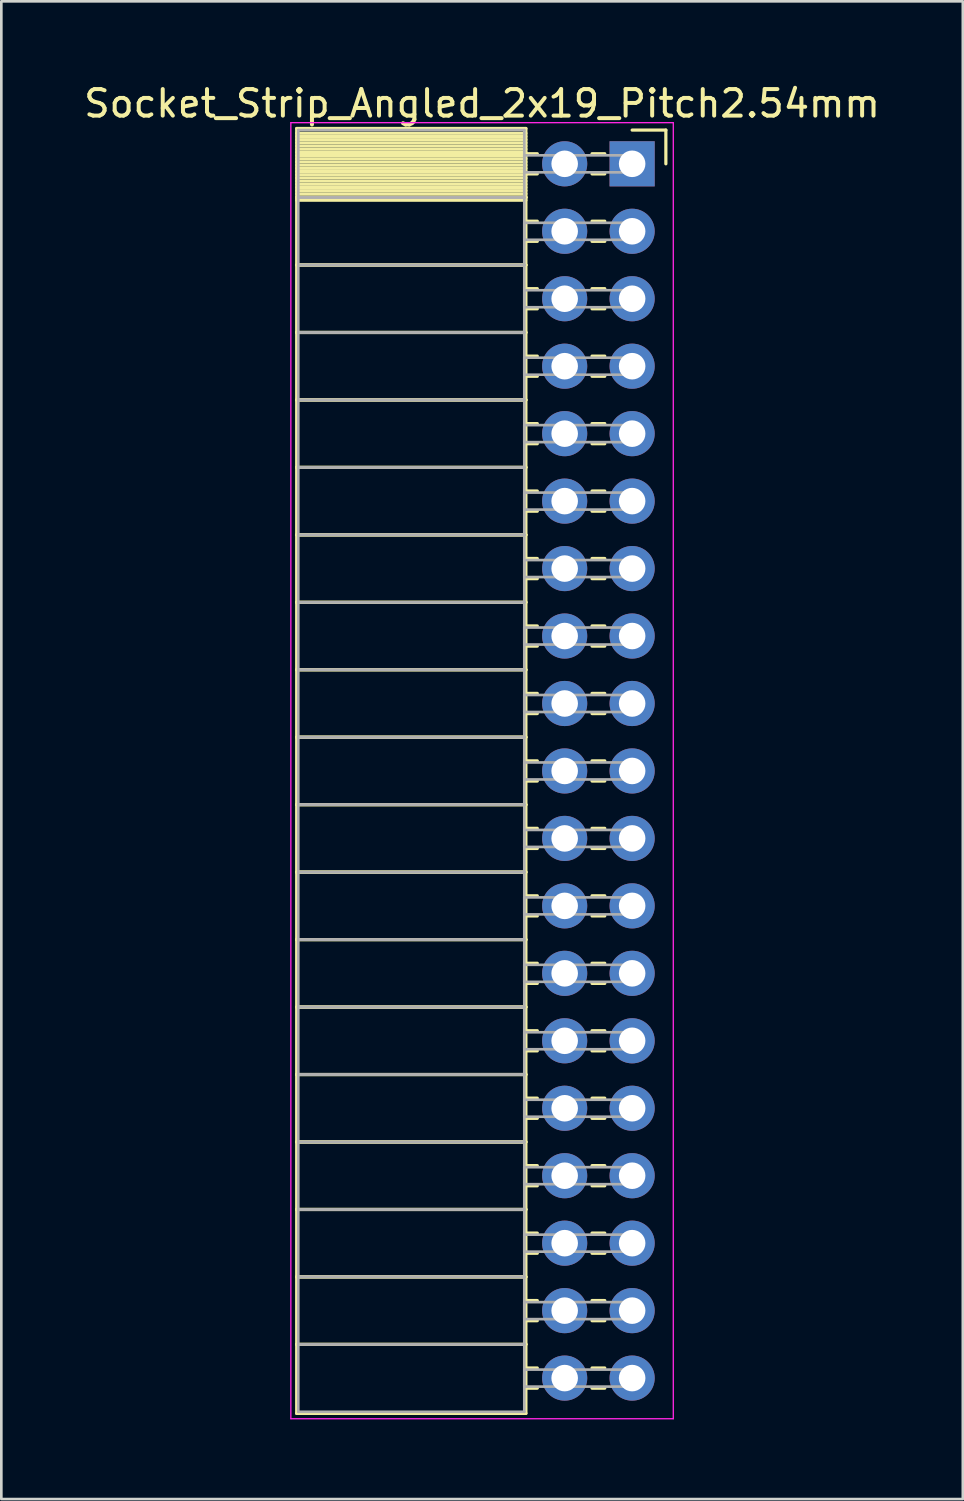
<source format=kicad_pcb>
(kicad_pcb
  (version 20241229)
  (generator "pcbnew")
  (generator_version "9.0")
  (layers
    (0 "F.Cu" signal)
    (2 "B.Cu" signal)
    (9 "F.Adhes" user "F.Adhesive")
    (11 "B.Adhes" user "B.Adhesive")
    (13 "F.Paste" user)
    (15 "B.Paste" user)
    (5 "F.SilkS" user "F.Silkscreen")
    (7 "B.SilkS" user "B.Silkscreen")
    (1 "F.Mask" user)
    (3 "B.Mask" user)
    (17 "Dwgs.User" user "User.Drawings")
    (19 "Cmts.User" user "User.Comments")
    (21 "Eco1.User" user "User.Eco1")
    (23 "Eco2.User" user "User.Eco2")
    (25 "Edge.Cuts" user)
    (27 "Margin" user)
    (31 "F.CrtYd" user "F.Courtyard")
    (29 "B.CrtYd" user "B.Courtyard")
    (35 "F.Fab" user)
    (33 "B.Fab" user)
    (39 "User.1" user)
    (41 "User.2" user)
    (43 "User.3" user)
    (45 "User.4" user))
  (footprint "Socket_Strip_Angled_2x19_Pitch2.54mm"
    (layer "F.Cu")
    (at 20.751 3.118)
    (property "Reference" "Socket_Strip_Angled_2x19_Pitch2.54mm" (at -5.65 -2.27 0) (layer "F.SilkS") (effects (font (size 1 1) (thickness 0.15))))
    (attr through_hole)
    (fp_line (start -12.63 -1.33) (end -4 -1.33) (stroke (width 0.12) (type solid)) (layer "F.SilkS"))
    (fp_line (start -12.63 1.27) (end -12.63 -1.33) (stroke (width 0.12) (type solid)) (layer "F.SilkS"))
    (fp_line (start -12.63 1.27) (end -4 1.27) (stroke (width 0.12) (type solid)) (layer "F.SilkS"))
    (fp_line (start -12.63 3.81) (end -12.63 1.27) (stroke (width 0.12) (type solid)) (layer "F.SilkS"))
    (fp_line (start -12.63 3.81) (end -4 3.81) (stroke (width 0.12) (type solid)) (layer "F.SilkS"))
    (fp_line (start -12.63 6.35) (end -12.63 3.81) (stroke (width 0.12) (type solid)) (layer "F.SilkS"))
    (fp_line (start -12.63 6.35) (end -4 6.35) (stroke (width 0.12) (type solid)) (layer "F.SilkS"))
    (fp_line (start -12.63 8.89) (end -12.63 6.35) (stroke (width 0.12) (type solid)) (layer "F.SilkS"))
    (fp_line (start -12.63 8.89) (end -4 8.89) (stroke (width 0.12) (type solid)) (layer "F.SilkS"))
    (fp_line (start -12.63 11.43) (end -12.63 8.89) (stroke (width 0.12) (type solid)) (layer "F.SilkS"))
    (fp_line (start -12.63 11.43) (end -4 11.43) (stroke (width 0.12) (type solid)) (layer "F.SilkS"))
    (fp_line (start -12.63 13.97) (end -12.63 11.43) (stroke (width 0.12) (type solid)) (layer "F.SilkS"))
    (fp_line (start -12.63 13.97) (end -4 13.97) (stroke (width 0.12) (type solid)) (layer "F.SilkS"))
    (fp_line (start -12.63 16.51) (end -12.63 13.97) (stroke (width 0.12) (type solid)) (layer "F.SilkS"))
    (fp_line (start -12.63 16.51) (end -4 16.51) (stroke (width 0.12) (type solid)) (layer "F.SilkS"))
    (fp_line (start -12.63 19.05) (end -12.63 16.51) (stroke (width 0.12) (type solid)) (layer "F.SilkS"))
    (fp_line (start -12.63 19.05) (end -4 19.05) (stroke (width 0.12) (type solid)) (layer "F.SilkS"))
    (fp_line (start -12.63 21.59) (end -12.63 19.05) (stroke (width 0.12) (type solid)) (layer "F.SilkS"))
    (fp_line (start -12.63 21.59) (end -4 21.59) (stroke (width 0.12) (type solid)) (layer "F.SilkS"))
    (fp_line (start -12.63 24.13) (end -12.63 21.59) (stroke (width 0.12) (type solid)) (layer "F.SilkS"))
    (fp_line (start -12.63 24.13) (end -4 24.13) (stroke (width 0.12) (type solid)) (layer "F.SilkS"))
    (fp_line (start -12.63 26.67) (end -12.63 24.13) (stroke (width 0.12) (type solid)) (layer "F.SilkS"))
    (fp_line (start -12.63 26.67) (end -4 26.67) (stroke (width 0.12) (type solid)) (layer "F.SilkS"))
    (fp_line (start -12.63 29.21) (end -12.63 26.67) (stroke (width 0.12) (type solid)) (layer "F.SilkS"))
    (fp_line (start -12.63 29.21) (end -4 29.21) (stroke (width 0.12) (type solid)) (layer "F.SilkS"))
    (fp_line (start -12.63 31.75) (end -12.63 29.21) (stroke (width 0.12) (type solid)) (layer "F.SilkS"))
    (fp_line (start -12.63 31.75) (end -4 31.75) (stroke (width 0.12) (type solid)) (layer "F.SilkS"))
    (fp_line (start -12.63 34.29) (end -12.63 31.75) (stroke (width 0.12) (type solid)) (layer "F.SilkS"))
    (fp_line (start -12.63 34.29) (end -4 34.29) (stroke (width 0.12) (type solid)) (layer "F.SilkS"))
    (fp_line (start -12.63 36.83) (end -12.63 34.29) (stroke (width 0.12) (type solid)) (layer "F.SilkS"))
    (fp_line (start -12.63 36.83) (end -4 36.83) (stroke (width 0.12) (type solid)) (layer "F.SilkS"))
    (fp_line (start -12.63 39.37) (end -12.63 36.83) (stroke (width 0.12) (type solid)) (layer "F.SilkS"))
    (fp_line (start -12.63 39.37) (end -4 39.37) (stroke (width 0.12) (type solid)) (layer "F.SilkS"))
    (fp_line (start -12.63 41.91) (end -12.63 39.37) (stroke (width 0.12) (type solid)) (layer "F.SilkS"))
    (fp_line (start -12.63 41.91) (end -4 41.91) (stroke (width 0.12) (type solid)) (layer "F.SilkS"))
    (fp_line (start -12.63 44.45) (end -12.63 41.91) (stroke (width 0.12) (type solid)) (layer "F.SilkS"))
    (fp_line (start -12.63 44.45) (end -4 44.45) (stroke (width 0.12) (type solid)) (layer "F.SilkS"))
    (fp_line (start -12.63 47.05) (end -12.63 44.45) (stroke (width 0.12) (type solid)) (layer "F.SilkS"))
    (fp_line (start -4 -1.33) (end -4 1.27) (stroke (width 0.12) (type solid)) (layer "F.SilkS"))
    (fp_line (start -4 -1.15) (end -12.63 -1.15) (stroke (width 0.12) (type solid)) (layer "F.SilkS"))
    (fp_line (start -4 -1.03) (end -12.63 -1.03) (stroke (width 0.12) (type solid)) (layer "F.SilkS"))
    (fp_line (start -4 -0.91) (end -12.63 -0.91) (stroke (width 0.12) (type solid)) (layer "F.SilkS"))
    (fp_line (start -4 -0.79) (end -12.63 -0.79) (stroke (width 0.12) (type solid)) (layer "F.SilkS"))
    (fp_line (start -4 -0.67) (end -12.63 -0.67) (stroke (width 0.12) (type solid)) (layer "F.SilkS"))
    (fp_line (start -4 -0.55) (end -12.63 -0.55) (stroke (width 0.12) (type solid)) (layer "F.SilkS"))
    (fp_line (start -4 -0.43) (end -12.63 -0.43) (stroke (width 0.12) (type solid)) (layer "F.SilkS"))
    (fp_line (start -4 -0.31) (end -12.63 -0.31) (stroke (width 0.12) (type solid)) (layer "F.SilkS"))
    (fp_line (start -4 -0.19) (end -12.63 -0.19) (stroke (width 0.12) (type solid)) (layer "F.SilkS"))
    (fp_line (start -4 -0.07) (end -12.63 -0.07) (stroke (width 0.12) (type solid)) (layer "F.SilkS"))
    (fp_line (start -4 0.05) (end -12.63 0.05) (stroke (width 0.12) (type solid)) (layer "F.SilkS"))
    (fp_line (start -4 0.17) (end -12.63 0.17) (stroke (width 0.12) (type solid)) (layer "F.SilkS"))
    (fp_line (start -4 0.29) (end -12.63 0.29) (stroke (width 0.12) (type solid)) (layer "F.SilkS"))
    (fp_line (start -4 0.41) (end -12.63 0.41) (stroke (width 0.12) (type solid)) (layer "F.SilkS"))
    (fp_line (start -4 0.53) (end -12.63 0.53) (stroke (width 0.12) (type solid)) (layer "F.SilkS"))
    (fp_line (start -4 0.65) (end -12.63 0.65) (stroke (width 0.12) (type solid)) (layer "F.SilkS"))
    (fp_line (start -4 0.77) (end -12.63 0.77) (stroke (width 0.12) (type solid)) (layer "F.SilkS"))
    (fp_line (start -4 0.89) (end -12.63 0.89) (stroke (width 0.12) (type solid)) (layer "F.SilkS"))
    (fp_line (start -4 1.01) (end -12.63 1.01) (stroke (width 0.12) (type solid)) (layer "F.SilkS"))
    (fp_line (start -4 1.13) (end -12.63 1.13) (stroke (width 0.12) (type solid)) (layer "F.SilkS"))
    (fp_line (start -4 1.25) (end -12.63 1.25) (stroke (width 0.12) (type solid)) (layer "F.SilkS"))
    (fp_line (start -4 1.27) (end -12.63 1.27) (stroke (width 0.12) (type solid)) (layer "F.SilkS"))
    (fp_line (start -4 1.27) (end -4 3.81) (stroke (width 0.12) (type solid)) (layer "F.SilkS"))
    (fp_line (start -4 1.37) (end -12.63 1.37) (stroke (width 0.12) (type solid)) (layer "F.SilkS"))
    (fp_line (start -4 3.81) (end -12.63 3.81) (stroke (width 0.12) (type solid)) (layer "F.SilkS"))
    (fp_line (start -4 3.81) (end -4 6.35) (stroke (width 0.12) (type solid)) (layer "F.SilkS"))
    (fp_line (start -4 6.35) (end -12.63 6.35) (stroke (width 0.12) (type solid)) (layer "F.SilkS"))
    (fp_line (start -4 6.35) (end -4 8.89) (stroke (width 0.12) (type solid)) (layer "F.SilkS"))
    (fp_line (start -4 8.89) (end -12.63 8.89) (stroke (width 0.12) (type solid)) (layer "F.SilkS"))
    (fp_line (start -4 8.89) (end -4 11.43) (stroke (width 0.12) (type solid)) (layer "F.SilkS"))
    (fp_line (start -4 11.43) (end -12.63 11.43) (stroke (width 0.12) (type solid)) (layer "F.SilkS"))
    (fp_line (start -4 11.43) (end -4 13.97) (stroke (width 0.12) (type solid)) (layer "F.SilkS"))
    (fp_line (start -4 13.97) (end -12.63 13.97) (stroke (width 0.12) (type solid)) (layer "F.SilkS"))
    (fp_line (start -4 13.97) (end -4 16.51) (stroke (width 0.12) (type solid)) (layer "F.SilkS"))
    (fp_line (start -4 16.51) (end -12.63 16.51) (stroke (width 0.12) (type solid)) (layer "F.SilkS"))
    (fp_line (start -4 16.51) (end -4 19.05) (stroke (width 0.12) (type solid)) (layer "F.SilkS"))
    (fp_line (start -4 19.05) (end -12.63 19.05) (stroke (width 0.12) (type solid)) (layer "F.SilkS"))
    (fp_line (start -4 19.05) (end -4 21.59) (stroke (width 0.12) (type solid)) (layer "F.SilkS"))
    (fp_line (start -4 21.59) (end -12.63 21.59) (stroke (width 0.12) (type solid)) (layer "F.SilkS"))
    (fp_line (start -4 21.59) (end -4 24.13) (stroke (width 0.12) (type solid)) (layer "F.SilkS"))
    (fp_line (start -4 24.13) (end -12.63 24.13) (stroke (width 0.12) (type solid)) (layer "F.SilkS"))
    (fp_line (start -4 24.13) (end -4 26.67) (stroke (width 0.12) (type solid)) (layer "F.SilkS"))
    (fp_line (start -4 26.67) (end -12.63 26.67) (stroke (width 0.12) (type solid)) (layer "F.SilkS"))
    (fp_line (start -4 26.67) (end -4 29.21) (stroke (width 0.12) (type solid)) (layer "F.SilkS"))
    (fp_line (start -4 29.21) (end -12.63 29.21) (stroke (width 0.12) (type solid)) (layer "F.SilkS"))
    (fp_line (start -4 29.21) (end -4 31.75) (stroke (width 0.12) (type solid)) (layer "F.SilkS"))
    (fp_line (start -4 31.75) (end -12.63 31.75) (stroke (width 0.12) (type solid)) (layer "F.SilkS"))
    (fp_line (start -4 31.75) (end -4 34.29) (stroke (width 0.12) (type solid)) (layer "F.SilkS"))
    (fp_line (start -4 34.29) (end -12.63 34.29) (stroke (width 0.12) (type solid)) (layer "F.SilkS"))
    (fp_line (start -4 34.29) (end -4 36.83) (stroke (width 0.12) (type solid)) (layer "F.SilkS"))
    (fp_line (start -4 36.83) (end -12.63 36.83) (stroke (width 0.12) (type solid)) (layer "F.SilkS"))
    (fp_line (start -4 36.83) (end -4 39.37) (stroke (width 0.12) (type solid)) (layer "F.SilkS"))
    (fp_line (start -4 39.37) (end -12.63 39.37) (stroke (width 0.12) (type solid)) (layer "F.SilkS"))
    (fp_line (start -4 39.37) (end -4 41.91) (stroke (width 0.12) (type solid)) (layer "F.SilkS"))
    (fp_line (start -4 41.91) (end -12.63 41.91) (stroke (width 0.12) (type solid)) (layer "F.SilkS"))
    (fp_line (start -4 41.91) (end -4 44.45) (stroke (width 0.12) (type solid)) (layer "F.SilkS"))
    (fp_line (start -4 44.45) (end -12.63 44.45) (stroke (width 0.12) (type solid)) (layer "F.SilkS"))
    (fp_line (start -4 44.45) (end -4 47.05) (stroke (width 0.12) (type solid)) (layer "F.SilkS"))
    (fp_line (start -4 47.05) (end -12.63 47.05) (stroke (width 0.12) (type solid)) (layer "F.SilkS"))
    (fp_line (start -3.57 -0.38) (end -4 -0.38) (stroke (width 0.12) (type solid)) (layer "F.SilkS"))
    (fp_line (start -3.57 0.38) (end -4 0.38) (stroke (width 0.12) (type solid)) (layer "F.SilkS"))
    (fp_line (start -3.57 2.16) (end -4 2.16) (stroke (width 0.12) (type solid)) (layer "F.SilkS"))
    (fp_line (start -3.57 2.92) (end -4 2.92) (stroke (width 0.12) (type solid)) (layer "F.SilkS"))
    (fp_line (start -3.57 4.7) (end -4 4.7) (stroke (width 0.12) (type solid)) (layer "F.SilkS"))
    (fp_line (start -3.57 5.46) (end -4 5.46) (stroke (width 0.12) (type solid)) (layer "F.SilkS"))
    (fp_line (start -3.57 7.24) (end -4 7.24) (stroke (width 0.12) (type solid)) (layer "F.SilkS"))
    (fp_line (start -3.57 8) (end -4 8) (stroke (width 0.12) (type solid)) (layer "F.SilkS"))
    (fp_line (start -3.57 9.78) (end -4 9.78) (stroke (width 0.12) (type solid)) (layer "F.SilkS"))
    (fp_line (start -3.57 10.54) (end -4 10.54) (stroke (width 0.12) (type solid)) (layer "F.SilkS"))
    (fp_line (start -3.57 12.32) (end -4 12.32) (stroke (width 0.12) (type solid)) (layer "F.SilkS"))
    (fp_line (start -3.57 13.08) (end -4 13.08) (stroke (width 0.12) (type solid)) (layer "F.SilkS"))
    (fp_line (start -3.57 14.86) (end -4 14.86) (stroke (width 0.12) (type solid)) (layer "F.SilkS"))
    (fp_line (start -3.57 15.62) (end -4 15.62) (stroke (width 0.12) (type solid)) (layer "F.SilkS"))
    (fp_line (start -3.57 17.4) (end -4 17.4) (stroke (width 0.12) (type solid)) (layer "F.SilkS"))
    (fp_line (start -3.57 18.16) (end -4 18.16) (stroke (width 0.12) (type solid)) (layer "F.SilkS"))
    (fp_line (start -3.57 19.94) (end -4 19.94) (stroke (width 0.12) (type solid)) (layer "F.SilkS"))
    (fp_line (start -3.57 20.7) (end -4 20.7) (stroke (width 0.12) (type solid)) (layer "F.SilkS"))
    (fp_line (start -3.57 22.48) (end -4 22.48) (stroke (width 0.12) (type solid)) (layer "F.SilkS"))
    (fp_line (start -3.57 23.24) (end -4 23.24) (stroke (width 0.12) (type solid)) (layer "F.SilkS"))
    (fp_line (start -3.57 25.02) (end -4 25.02) (stroke (width 0.12) (type solid)) (layer "F.SilkS"))
    (fp_line (start -3.57 25.78) (end -4 25.78) (stroke (width 0.12) (type solid)) (layer "F.SilkS"))
    (fp_line (start -3.57 27.56) (end -4 27.56) (stroke (width 0.12) (type solid)) (layer "F.SilkS"))
    (fp_line (start -3.57 28.32) (end -4 28.32) (stroke (width 0.12) (type solid)) (layer "F.SilkS"))
    (fp_line (start -3.57 30.1) (end -4 30.1) (stroke (width 0.12) (type solid)) (layer "F.SilkS"))
    (fp_line (start -3.57 30.86) (end -4 30.86) (stroke (width 0.12) (type solid)) (layer "F.SilkS"))
    (fp_line (start -3.57 32.64) (end -4 32.64) (stroke (width 0.12) (type solid)) (layer "F.SilkS"))
    (fp_line (start -3.57 33.4) (end -4 33.4) (stroke (width 0.12) (type solid)) (layer "F.SilkS"))
    (fp_line (start -3.57 35.18) (end -4 35.18) (stroke (width 0.12) (type solid)) (layer "F.SilkS"))
    (fp_line (start -3.57 35.94) (end -4 35.94) (stroke (width 0.12) (type solid)) (layer "F.SilkS"))
    (fp_line (start -3.57 37.72) (end -4 37.72) (stroke (width 0.12) (type solid)) (layer "F.SilkS"))
    (fp_line (start -3.57 38.48) (end -4 38.48) (stroke (width 0.12) (type solid)) (layer "F.SilkS"))
    (fp_line (start -3.57 40.26) (end -4 40.26) (stroke (width 0.12) (type solid)) (layer "F.SilkS"))
    (fp_line (start -3.57 41.02) (end -4 41.02) (stroke (width 0.12) (type solid)) (layer "F.SilkS"))
    (fp_line (start -3.57 42.8) (end -4 42.8) (stroke (width 0.12) (type solid)) (layer "F.SilkS"))
    (fp_line (start -3.57 43.56) (end -4 43.56) (stroke (width 0.12) (type solid)) (layer "F.SilkS"))
    (fp_line (start -3.57 45.34) (end -4 45.34) (stroke (width 0.12) (type solid)) (layer "F.SilkS"))
    (fp_line (start -3.57 46.1) (end -4 46.1) (stroke (width 0.12) (type solid)) (layer "F.SilkS"))
    (fp_line (start -1.03 -0.38) (end -1.51 -0.38) (stroke (width 0.12) (type solid)) (layer "F.SilkS"))
    (fp_line (start -1.03 0.38) (end -1.51 0.38) (stroke (width 0.12) (type solid)) (layer "F.SilkS"))
    (fp_line (start -1.03 2.16) (end -1.51 2.16) (stroke (width 0.12) (type solid)) (layer "F.SilkS"))
    (fp_line (start -1.03 2.92) (end -1.51 2.92) (stroke (width 0.12) (type solid)) (layer "F.SilkS"))
    (fp_line (start -1.03 4.7) (end -1.51 4.7) (stroke (width 0.12) (type solid)) (layer "F.SilkS"))
    (fp_line (start -1.03 5.46) (end -1.51 5.46) (stroke (width 0.12) (type solid)) (layer "F.SilkS"))
    (fp_line (start -1.03 7.24) (end -1.51 7.24) (stroke (width 0.12) (type solid)) (layer "F.SilkS"))
    (fp_line (start -1.03 8) (end -1.51 8) (stroke (width 0.12) (type solid)) (layer "F.SilkS"))
    (fp_line (start -1.03 9.78) (end -1.51 9.78) (stroke (width 0.12) (type solid)) (layer "F.SilkS"))
    (fp_line (start -1.03 10.54) (end -1.51 10.54) (stroke (width 0.12) (type solid)) (layer "F.SilkS"))
    (fp_line (start -1.03 12.32) (end -1.51 12.32) (stroke (width 0.12) (type solid)) (layer "F.SilkS"))
    (fp_line (start -1.03 13.08) (end -1.51 13.08) (stroke (width 0.12) (type solid)) (layer "F.SilkS"))
    (fp_line (start -1.03 14.86) (end -1.51 14.86) (stroke (width 0.12) (type solid)) (layer "F.SilkS"))
    (fp_line (start -1.03 15.62) (end -1.51 15.62) (stroke (width 0.12) (type solid)) (layer "F.SilkS"))
    (fp_line (start -1.03 17.4) (end -1.51 17.4) (stroke (width 0.12) (type solid)) (layer "F.SilkS"))
    (fp_line (start -1.03 18.16) (end -1.51 18.16) (stroke (width 0.12) (type solid)) (layer "F.SilkS"))
    (fp_line (start -1.03 19.94) (end -1.51 19.94) (stroke (width 0.12) (type solid)) (layer "F.SilkS"))
    (fp_line (start -1.03 20.7) (end -1.51 20.7) (stroke (width 0.12) (type solid)) (layer "F.SilkS"))
    (fp_line (start -1.03 22.48) (end -1.51 22.48) (stroke (width 0.12) (type solid)) (layer "F.SilkS"))
    (fp_line (start -1.03 23.24) (end -1.51 23.24) (stroke (width 0.12) (type solid)) (layer "F.SilkS"))
    (fp_line (start -1.03 25.02) (end -1.51 25.02) (stroke (width 0.12) (type solid)) (layer "F.SilkS"))
    (fp_line (start -1.03 25.78) (end -1.51 25.78) (stroke (width 0.12) (type solid)) (layer "F.SilkS"))
    (fp_line (start -1.03 27.56) (end -1.51 27.56) (stroke (width 0.12) (type solid)) (layer "F.SilkS"))
    (fp_line (start -1.03 28.32) (end -1.51 28.32) (stroke (width 0.12) (type solid)) (layer "F.SilkS"))
    (fp_line (start -1.03 30.1) (end -1.51 30.1) (stroke (width 0.12) (type solid)) (layer "F.SilkS"))
    (fp_line (start -1.03 30.86) (end -1.51 30.86) (stroke (width 0.12) (type solid)) (layer "F.SilkS"))
    (fp_line (start -1.03 32.64) (end -1.51 32.64) (stroke (width 0.12) (type solid)) (layer "F.SilkS"))
    (fp_line (start -1.03 33.4) (end -1.51 33.4) (stroke (width 0.12) (type solid)) (layer "F.SilkS"))
    (fp_line (start -1.03 35.18) (end -1.51 35.18) (stroke (width 0.12) (type solid)) (layer "F.SilkS"))
    (fp_line (start -1.03 35.94) (end -1.51 35.94) (stroke (width 0.12) (type solid)) (layer "F.SilkS"))
    (fp_line (start -1.03 37.72) (end -1.51 37.72) (stroke (width 0.12) (type solid)) (layer "F.SilkS"))
    (fp_line (start -1.03 38.48) (end -1.51 38.48) (stroke (width 0.12) (type solid)) (layer "F.SilkS"))
    (fp_line (start -1.03 40.26) (end -1.51 40.26) (stroke (width 0.12) (type solid)) (layer "F.SilkS"))
    (fp_line (start -1.03 41.02) (end -1.51 41.02) (stroke (width 0.12) (type solid)) (layer "F.SilkS"))
    (fp_line (start -1.03 42.8) (end -1.51 42.8) (stroke (width 0.12) (type solid)) (layer "F.SilkS"))
    (fp_line (start -1.03 43.56) (end -1.51 43.56) (stroke (width 0.12) (type solid)) (layer "F.SilkS"))
    (fp_line (start -1.03 45.34) (end -1.51 45.34) (stroke (width 0.12) (type solid)) (layer "F.SilkS"))
    (fp_line (start -1.03 46.1) (end -1.51 46.1) (stroke (width 0.12) (type solid)) (layer "F.SilkS"))
    (fp_line (start 0 -1.27) (end 1.27 -1.27) (stroke (width 0.12) (type solid)) (layer "F.SilkS"))
    (fp_line (start 1.27 -1.27) (end 1.27 0) (stroke (width 0.12) (type solid)) (layer "F.SilkS"))
    (fp_line (start -12.85 -1.55) (end 1.55 -1.55) (stroke (width 0.05) (type solid)) (layer "F.CrtYd"))
    (fp_line (start -12.85 47.25) (end -12.85 -1.55) (stroke (width 0.05) (type solid)) (layer "F.CrtYd"))
    (fp_line (start 1.55 -1.55) (end 1.55 47.25) (stroke (width 0.05) (type solid)) (layer "F.CrtYd"))
    (fp_line (start 1.55 47.25) (end -12.85 47.25) (stroke (width 0.05) (type solid)) (layer "F.CrtYd"))
    (fp_line (start -12.57 -1.27) (end -4.06 -1.27) (stroke (width 0.1) (type solid)) (layer "F.Fab"))
    (fp_line (start -12.57 1.27) (end -12.57 -1.27) (stroke (width 0.1) (type solid)) (layer "F.Fab"))
    (fp_line (start -12.57 1.27) (end -4.06 1.27) (stroke (width 0.1) (type solid)) (layer "F.Fab"))
    (fp_line (start -12.57 3.81) (end -12.57 1.27) (stroke (width 0.1) (type solid)) (layer "F.Fab"))
    (fp_line (start -12.57 3.81) (end -4.06 3.81) (stroke (width 0.1) (type solid)) (layer "F.Fab"))
    (fp_line (start -12.57 6.35) (end -12.57 3.81) (stroke (width 0.1) (type solid)) (layer "F.Fab"))
    (fp_line (start -12.57 6.35) (end -4.06 6.35) (stroke (width 0.1) (type solid)) (layer "F.Fab"))
    (fp_line (start -12.57 8.89) (end -12.57 6.35) (stroke (width 0.1) (type solid)) (layer "F.Fab"))
    (fp_line (start -12.57 8.89) (end -4.06 8.89) (stroke (width 0.1) (type solid)) (layer "F.Fab"))
    (fp_line (start -12.57 11.43) (end -12.57 8.89) (stroke (width 0.1) (type solid)) (layer "F.Fab"))
    (fp_line (start -12.57 11.43) (end -4.06 11.43) (stroke (width 0.1) (type solid)) (layer "F.Fab"))
    (fp_line (start -12.57 13.97) (end -12.57 11.43) (stroke (width 0.1) (type solid)) (layer "F.Fab"))
    (fp_line (start -12.57 13.97) (end -4.06 13.97) (stroke (width 0.1) (type solid)) (layer "F.Fab"))
    (fp_line (start -12.57 16.51) (end -12.57 13.97) (stroke (width 0.1) (type solid)) (layer "F.Fab"))
    (fp_line (start -12.57 16.51) (end -4.06 16.51) (stroke (width 0.1) (type solid)) (layer "F.Fab"))
    (fp_line (start -12.57 19.05) (end -12.57 16.51) (stroke (width 0.1) (type solid)) (layer "F.Fab"))
    (fp_line (start -12.57 19.05) (end -4.06 19.05) (stroke (width 0.1) (type solid)) (layer "F.Fab"))
    (fp_line (start -12.57 21.59) (end -12.57 19.05) (stroke (width 0.1) (type solid)) (layer "F.Fab"))
    (fp_line (start -12.57 21.59) (end -4.06 21.59) (stroke (width 0.1) (type solid)) (layer "F.Fab"))
    (fp_line (start -12.57 24.13) (end -12.57 21.59) (stroke (width 0.1) (type solid)) (layer "F.Fab"))
    (fp_line (start -12.57 24.13) (end -4.06 24.13) (stroke (width 0.1) (type solid)) (layer "F.Fab"))
    (fp_line (start -12.57 26.67) (end -12.57 24.13) (stroke (width 0.1) (type solid)) (layer "F.Fab"))
    (fp_line (start -12.57 26.67) (end -4.06 26.67) (stroke (width 0.1) (type solid)) (layer "F.Fab"))
    (fp_line (start -12.57 29.21) (end -12.57 26.67) (stroke (width 0.1) (type solid)) (layer "F.Fab"))
    (fp_line (start -12.57 29.21) (end -4.06 29.21) (stroke (width 0.1) (type solid)) (layer "F.Fab"))
    (fp_line (start -12.57 31.75) (end -12.57 29.21) (stroke (width 0.1) (type solid)) (layer "F.Fab"))
    (fp_line (start -12.57 31.75) (end -4.06 31.75) (stroke (width 0.1) (type solid)) (layer "F.Fab"))
    (fp_line (start -12.57 34.29) (end -12.57 31.75) (stroke (width 0.1) (type solid)) (layer "F.Fab"))
    (fp_line (start -12.57 34.29) (end -4.06 34.29) (stroke (width 0.1) (type solid)) (layer "F.Fab"))
    (fp_line (start -12.57 36.83) (end -12.57 34.29) (stroke (width 0.1) (type solid)) (layer "F.Fab"))
    (fp_line (start -12.57 36.83) (end -4.06 36.83) (stroke (width 0.1) (type solid)) (layer "F.Fab"))
    (fp_line (start -12.57 39.37) (end -12.57 36.83) (stroke (width 0.1) (type solid)) (layer "F.Fab"))
    (fp_line (start -12.57 39.37) (end -4.06 39.37) (stroke (width 0.1) (type solid)) (layer "F.Fab"))
    (fp_line (start -12.57 41.91) (end -12.57 39.37) (stroke (width 0.1) (type solid)) (layer "F.Fab"))
    (fp_line (start -12.57 41.91) (end -4.06 41.91) (stroke (width 0.1) (type solid)) (layer "F.Fab"))
    (fp_line (start -12.57 44.45) (end -12.57 41.91) (stroke (width 0.1) (type solid)) (layer "F.Fab"))
    (fp_line (start -12.57 44.45) (end -4.06 44.45) (stroke (width 0.1) (type solid)) (layer "F.Fab"))
    (fp_line (start -12.57 46.99) (end -12.57 44.45) (stroke (width 0.1) (type solid)) (layer "F.Fab"))
    (fp_line (start -4.06 -1.27) (end -4.06 1.27) (stroke (width 0.1) (type solid)) (layer "F.Fab"))
    (fp_line (start -4.06 -0.32) (end 0 -0.32) (stroke (width 0.1) (type solid)) (layer "F.Fab"))
    (fp_line (start -4.06 0.32) (end -4.06 -0.32) (stroke (width 0.1) (type solid)) (layer "F.Fab"))
    (fp_line (start -4.06 1.27) (end -12.57 1.27) (stroke (width 0.1) (type solid)) (layer "F.Fab"))
    (fp_line (start -4.06 1.27) (end -4.06 3.81) (stroke (width 0.1) (type solid)) (layer "F.Fab"))
    (fp_line (start -4.06 2.22) (end 0 2.22) (stroke (width 0.1) (type solid)) (layer "F.Fab"))
    (fp_line (start -4.06 2.86) (end -4.06 2.22) (stroke (width 0.1) (type solid)) (layer "F.Fab"))
    (fp_line (start -4.06 3.81) (end -12.57 3.81) (stroke (width 0.1) (type solid)) (layer "F.Fab"))
    (fp_line (start -4.06 3.81) (end -4.06 6.35) (stroke (width 0.1) (type solid)) (layer "F.Fab"))
    (fp_line (start -4.06 4.76) (end 0 4.76) (stroke (width 0.1) (type solid)) (layer "F.Fab"))
    (fp_line (start -4.06 5.4) (end -4.06 4.76) (stroke (width 0.1) (type solid)) (layer "F.Fab"))
    (fp_line (start -4.06 6.35) (end -12.57 6.35) (stroke (width 0.1) (type solid)) (layer "F.Fab"))
    (fp_line (start -4.06 6.35) (end -4.06 8.89) (stroke (width 0.1) (type solid)) (layer "F.Fab"))
    (fp_line (start -4.06 7.3) (end 0 7.3) (stroke (width 0.1) (type solid)) (layer "F.Fab"))
    (fp_line (start -4.06 7.94) (end -4.06 7.3) (stroke (width 0.1) (type solid)) (layer "F.Fab"))
    (fp_line (start -4.06 8.89) (end -12.57 8.89) (stroke (width 0.1) (type solid)) (layer "F.Fab"))
    (fp_line (start -4.06 8.89) (end -4.06 11.43) (stroke (width 0.1) (type solid)) (layer "F.Fab"))
    (fp_line (start -4.06 9.84) (end 0 9.84) (stroke (width 0.1) (type solid)) (layer "F.Fab"))
    (fp_line (start -4.06 10.48) (end -4.06 9.84) (stroke (width 0.1) (type solid)) (layer "F.Fab"))
    (fp_line (start -4.06 11.43) (end -12.57 11.43) (stroke (width 0.1) (type solid)) (layer "F.Fab"))
    (fp_line (start -4.06 11.43) (end -4.06 13.97) (stroke (width 0.1) (type solid)) (layer "F.Fab"))
    (fp_line (start -4.06 12.38) (end 0 12.38) (stroke (width 0.1) (type solid)) (layer "F.Fab"))
    (fp_line (start -4.06 13.02) (end -4.06 12.38) (stroke (width 0.1) (type solid)) (layer "F.Fab"))
    (fp_line (start -4.06 13.97) (end -12.57 13.97) (stroke (width 0.1) (type solid)) (layer "F.Fab"))
    (fp_line (start -4.06 13.97) (end -4.06 16.51) (stroke (width 0.1) (type solid)) (layer "F.Fab"))
    (fp_line (start -4.06 14.92) (end 0 14.92) (stroke (width 0.1) (type solid)) (layer "F.Fab"))
    (fp_line (start -4.06 15.56) (end -4.06 14.92) (stroke (width 0.1) (type solid)) (layer "F.Fab"))
    (fp_line (start -4.06 16.51) (end -12.57 16.51) (stroke (width 0.1) (type solid)) (layer "F.Fab"))
    (fp_line (start -4.06 16.51) (end -4.06 19.05) (stroke (width 0.1) (type solid)) (layer "F.Fab"))
    (fp_line (start -4.06 17.46) (end 0 17.46) (stroke (width 0.1) (type solid)) (layer "F.Fab"))
    (fp_line (start -4.06 18.1) (end -4.06 17.46) (stroke (width 0.1) (type solid)) (layer "F.Fab"))
    (fp_line (start -4.06 19.05) (end -12.57 19.05) (stroke (width 0.1) (type solid)) (layer "F.Fab"))
    (fp_line (start -4.06 19.05) (end -4.06 21.59) (stroke (width 0.1) (type solid)) (layer "F.Fab"))
    (fp_line (start -4.06 20) (end 0 20) (stroke (width 0.1) (type solid)) (layer "F.Fab"))
    (fp_line (start -4.06 20.64) (end -4.06 20) (stroke (width 0.1) (type solid)) (layer "F.Fab"))
    (fp_line (start -4.06 21.59) (end -12.57 21.59) (stroke (width 0.1) (type solid)) (layer "F.Fab"))
    (fp_line (start -4.06 21.59) (end -4.06 24.13) (stroke (width 0.1) (type solid)) (layer "F.Fab"))
    (fp_line (start -4.06 22.54) (end 0 22.54) (stroke (width 0.1) (type solid)) (layer "F.Fab"))
    (fp_line (start -4.06 23.18) (end -4.06 22.54) (stroke (width 0.1) (type solid)) (layer "F.Fab"))
    (fp_line (start -4.06 24.13) (end -12.57 24.13) (stroke (width 0.1) (type solid)) (layer "F.Fab"))
    (fp_line (start -4.06 24.13) (end -4.06 26.67) (stroke (width 0.1) (type solid)) (layer "F.Fab"))
    (fp_line (start -4.06 25.08) (end 0 25.08) (stroke (width 0.1) (type solid)) (layer "F.Fab"))
    (fp_line (start -4.06 25.72) (end -4.06 25.08) (stroke (width 0.1) (type solid)) (layer "F.Fab"))
    (fp_line (start -4.06 26.67) (end -12.57 26.67) (stroke (width 0.1) (type solid)) (layer "F.Fab"))
    (fp_line (start -4.06 26.67) (end -4.06 29.21) (stroke (width 0.1) (type solid)) (layer "F.Fab"))
    (fp_line (start -4.06 27.62) (end 0 27.62) (stroke (width 0.1) (type solid)) (layer "F.Fab"))
    (fp_line (start -4.06 28.26) (end -4.06 27.62) (stroke (width 0.1) (type solid)) (layer "F.Fab"))
    (fp_line (start -4.06 29.21) (end -12.57 29.21) (stroke (width 0.1) (type solid)) (layer "F.Fab"))
    (fp_line (start -4.06 29.21) (end -4.06 31.75) (stroke (width 0.1) (type solid)) (layer "F.Fab"))
    (fp_line (start -4.06 30.16) (end 0 30.16) (stroke (width 0.1) (type solid)) (layer "F.Fab"))
    (fp_line (start -4.06 30.8) (end -4.06 30.16) (stroke (width 0.1) (type solid)) (layer "F.Fab"))
    (fp_line (start -4.06 31.75) (end -12.57 31.75) (stroke (width 0.1) (type solid)) (layer "F.Fab"))
    (fp_line (start -4.06 31.75) (end -4.06 34.29) (stroke (width 0.1) (type solid)) (layer "F.Fab"))
    (fp_line (start -4.06 32.7) (end 0 32.7) (stroke (width 0.1) (type solid)) (layer "F.Fab"))
    (fp_line (start -4.06 33.34) (end -4.06 32.7) (stroke (width 0.1) (type solid)) (layer "F.Fab"))
    (fp_line (start -4.06 34.29) (end -12.57 34.29) (stroke (width 0.1) (type solid)) (layer "F.Fab"))
    (fp_line (start -4.06 34.29) (end -4.06 36.83) (stroke (width 0.1) (type solid)) (layer "F.Fab"))
    (fp_line (start -4.06 35.24) (end 0 35.24) (stroke (width 0.1) (type solid)) (layer "F.Fab"))
    (fp_line (start -4.06 35.88) (end -4.06 35.24) (stroke (width 0.1) (type solid)) (layer "F.Fab"))
    (fp_line (start -4.06 36.83) (end -12.57 36.83) (stroke (width 0.1) (type solid)) (layer "F.Fab"))
    (fp_line (start -4.06 36.83) (end -4.06 39.37) (stroke (width 0.1) (type solid)) (layer "F.Fab"))
    (fp_line (start -4.06 37.78) (end 0 37.78) (stroke (width 0.1) (type solid)) (layer "F.Fab"))
    (fp_line (start -4.06 38.42) (end -4.06 37.78) (stroke (width 0.1) (type solid)) (layer "F.Fab"))
    (fp_line (start -4.06 39.37) (end -12.57 39.37) (stroke (width 0.1) (type solid)) (layer "F.Fab"))
    (fp_line (start -4.06 39.37) (end -4.06 41.91) (stroke (width 0.1) (type solid)) (layer "F.Fab"))
    (fp_line (start -4.06 40.32) (end 0 40.32) (stroke (width 0.1) (type solid)) (layer "F.Fab"))
    (fp_line (start -4.06 40.96) (end -4.06 40.32) (stroke (width 0.1) (type solid)) (layer "F.Fab"))
    (fp_line (start -4.06 41.91) (end -12.57 41.91) (stroke (width 0.1) (type solid)) (layer "F.Fab"))
    (fp_line (start -4.06 41.91) (end -4.06 44.45) (stroke (width 0.1) (type solid)) (layer "F.Fab"))
    (fp_line (start -4.06 42.86) (end 0 42.86) (stroke (width 0.1) (type solid)) (layer "F.Fab"))
    (fp_line (start -4.06 43.5) (end -4.06 42.86) (stroke (width 0.1) (type solid)) (layer "F.Fab"))
    (fp_line (start -4.06 44.45) (end -12.57 44.45) (stroke (width 0.1) (type solid)) (layer "F.Fab"))
    (fp_line (start -4.06 44.45) (end -4.06 46.99) (stroke (width 0.1) (type solid)) (layer "F.Fab"))
    (fp_line (start -4.06 45.4) (end 0 45.4) (stroke (width 0.1) (type solid)) (layer "F.Fab"))
    (fp_line (start -4.06 46.04) (end -4.06 45.4) (stroke (width 0.1) (type solid)) (layer "F.Fab"))
    (fp_line (start -4.06 46.99) (end -12.57 46.99) (stroke (width 0.1) (type solid)) (layer "F.Fab"))
    (fp_line (start 0 -0.32) (end 0 0.32) (stroke (width 0.1) (type solid)) (layer "F.Fab"))
    (fp_line (start 0 0.32) (end -4.06 0.32) (stroke (width 0.1) (type solid)) (layer "F.Fab"))
    (fp_line (start 0 2.22) (end 0 2.86) (stroke (width 0.1) (type solid)) (layer "F.Fab"))
    (fp_line (start 0 2.86) (end -4.06 2.86) (stroke (width 0.1) (type solid)) (layer "F.Fab"))
    (fp_line (start 0 4.76) (end 0 5.4) (stroke (width 0.1) (type solid)) (layer "F.Fab"))
    (fp_line (start 0 5.4) (end -4.06 5.4) (stroke (width 0.1) (type solid)) (layer "F.Fab"))
    (fp_line (start 0 7.3) (end 0 7.94) (stroke (width 0.1) (type solid)) (layer "F.Fab"))
    (fp_line (start 0 7.94) (end -4.06 7.94) (stroke (width 0.1) (type solid)) (layer "F.Fab"))
    (fp_line (start 0 9.84) (end 0 10.48) (stroke (width 0.1) (type solid)) (layer "F.Fab"))
    (fp_line (start 0 10.48) (end -4.06 10.48) (stroke (width 0.1) (type solid)) (layer "F.Fab"))
    (fp_line (start 0 12.38) (end 0 13.02) (stroke (width 0.1) (type solid)) (layer "F.Fab"))
    (fp_line (start 0 13.02) (end -4.06 13.02) (stroke (width 0.1) (type solid)) (layer "F.Fab"))
    (fp_line (start 0 14.92) (end 0 15.56) (stroke (width 0.1) (type solid)) (layer "F.Fab"))
    (fp_line (start 0 15.56) (end -4.06 15.56) (stroke (width 0.1) (type solid)) (layer "F.Fab"))
    (fp_line (start 0 17.46) (end 0 18.1) (stroke (width 0.1) (type solid)) (layer "F.Fab"))
    (fp_line (start 0 18.1) (end -4.06 18.1) (stroke (width 0.1) (type solid)) (layer "F.Fab"))
    (fp_line (start 0 20) (end 0 20.64) (stroke (width 0.1) (type solid)) (layer "F.Fab"))
    (fp_line (start 0 20.64) (end -4.06 20.64) (stroke (width 0.1) (type solid)) (layer "F.Fab"))
    (fp_line (start 0 22.54) (end 0 23.18) (stroke (width 0.1) (type solid)) (layer "F.Fab"))
    (fp_line (start 0 23.18) (end -4.06 23.18) (stroke (width 0.1) (type solid)) (layer "F.Fab"))
    (fp_line (start 0 25.08) (end 0 25.72) (stroke (width 0.1) (type solid)) (layer "F.Fab"))
    (fp_line (start 0 25.72) (end -4.06 25.72) (stroke (width 0.1) (type solid)) (layer "F.Fab"))
    (fp_line (start 0 27.62) (end 0 28.26) (stroke (width 0.1) (type solid)) (layer "F.Fab"))
    (fp_line (start 0 28.26) (end -4.06 28.26) (stroke (width 0.1) (type solid)) (layer "F.Fab"))
    (fp_line (start 0 30.16) (end 0 30.8) (stroke (width 0.1) (type solid)) (layer "F.Fab"))
    (fp_line (start 0 30.8) (end -4.06 30.8) (stroke (width 0.1) (type solid)) (layer "F.Fab"))
    (fp_line (start 0 32.7) (end 0 33.34) (stroke (width 0.1) (type solid)) (layer "F.Fab"))
    (fp_line (start 0 33.34) (end -4.06 33.34) (stroke (width 0.1) (type solid)) (layer "F.Fab"))
    (fp_line (start 0 35.24) (end 0 35.88) (stroke (width 0.1) (type solid)) (layer "F.Fab"))
    (fp_line (start 0 35.88) (end -4.06 35.88) (stroke (width 0.1) (type solid)) (layer "F.Fab"))
    (fp_line (start 0 37.78) (end 0 38.42) (stroke (width 0.1) (type solid)) (layer "F.Fab"))
    (fp_line (start 0 38.42) (end -4.06 38.42) (stroke (width 0.1) (type solid)) (layer "F.Fab"))
    (fp_line (start 0 40.32) (end 0 40.96) (stroke (width 0.1) (type solid)) (layer "F.Fab"))
    (fp_line (start 0 40.96) (end -4.06 40.96) (stroke (width 0.1) (type solid)) (layer "F.Fab"))
    (fp_line (start 0 42.86) (end 0 43.5) (stroke (width 0.1) (type solid)) (layer "F.Fab"))
    (fp_line (start 0 43.5) (end -4.06 43.5) (stroke (width 0.1) (type solid)) (layer "F.Fab"))
    (fp_line (start 0 45.4) (end 0 46.04) (stroke (width 0.1) (type solid)) (layer "F.Fab"))
    (fp_line (start 0 46.04) (end -4.06 46.04) (stroke (width 0.1) (type solid)) (layer "F.Fab"))
    (pad "1" thru_hole rect (at 0 0) (size 1.7 1.7) (drill 1) (layers "*.Cu" "*.Mask"))
    (pad "2" thru_hole oval (at -2.54 0) (size 1.7 1.7) (drill 1) (layers "*.Cu" "*.Mask"))
    (pad "3" thru_hole oval (at 0 2.54) (size 1.7 1.7) (drill 1) (layers "*.Cu" "*.Mask"))
    (pad "4" thru_hole oval (at -2.54 2.54) (size 1.7 1.7) (drill 1) (layers "*.Cu" "*.Mask"))
    (pad "5" thru_hole oval (at 0 5.08) (size 1.7 1.7) (drill 1) (layers "*.Cu" "*.Mask"))
    (pad "6" thru_hole oval (at -2.54 5.08) (size 1.7 1.7) (drill 1) (layers "*.Cu" "*.Mask"))
    (pad "7" thru_hole oval (at 0 7.62) (size 1.7 1.7) (drill 1) (layers "*.Cu" "*.Mask"))
    (pad "8" thru_hole oval (at -2.54 7.62) (size 1.7 1.7) (drill 1) (layers "*.Cu" "*.Mask"))
    (pad "9" thru_hole oval (at 0 10.16) (size 1.7 1.7) (drill 1) (layers "*.Cu" "*.Mask"))
    (pad "10" thru_hole oval (at -2.54 10.16) (size 1.7 1.7) (drill 1) (layers "*.Cu" "*.Mask"))
    (pad "11" thru_hole oval (at 0 12.7) (size 1.7 1.7) (drill 1) (layers "*.Cu" "*.Mask"))
    (pad "12" thru_hole oval (at -2.54 12.7) (size 1.7 1.7) (drill 1) (layers "*.Cu" "*.Mask"))
    (pad "13" thru_hole oval (at 0 15.24) (size 1.7 1.7) (drill 1) (layers "*.Cu" "*.Mask"))
    (pad "14" thru_hole oval (at -2.54 15.24) (size 1.7 1.7) (drill 1) (layers "*.Cu" "*.Mask"))
    (pad "15" thru_hole oval (at 0 17.78) (size 1.7 1.7) (drill 1) (layers "*.Cu" "*.Mask"))
    (pad "16" thru_hole oval (at -2.54 17.78) (size 1.7 1.7) (drill 1) (layers "*.Cu" "*.Mask"))
    (pad "17" thru_hole oval (at 0 20.32) (size 1.7 1.7) (drill 1) (layers "*.Cu" "*.Mask"))
    (pad "18" thru_hole oval (at -2.54 20.32) (size 1.7 1.7) (drill 1) (layers "*.Cu" "*.Mask"))
    (pad "19" thru_hole oval (at 0 22.86) (size 1.7 1.7) (drill 1) (layers "*.Cu" "*.Mask"))
    (pad "20" thru_hole oval (at -2.54 22.86) (size 1.7 1.7) (drill 1) (layers "*.Cu" "*.Mask"))
    (pad "21" thru_hole oval (at 0 25.4) (size 1.7 1.7) (drill 1) (layers "*.Cu" "*.Mask"))
    (pad "22" thru_hole oval (at -2.54 25.4) (size 1.7 1.7) (drill 1) (layers "*.Cu" "*.Mask"))
    (pad "23" thru_hole oval (at 0 27.94) (size 1.7 1.7) (drill 1) (layers "*.Cu" "*.Mask"))
    (pad "24" thru_hole oval (at -2.54 27.94) (size 1.7 1.7) (drill 1) (layers "*.Cu" "*.Mask"))
    (pad "25" thru_hole oval (at 0 30.48) (size 1.7 1.7) (drill 1) (layers "*.Cu" "*.Mask"))
    (pad "26" thru_hole oval (at -2.54 30.48) (size 1.7 1.7) (drill 1) (layers "*.Cu" "*.Mask"))
    (pad "27" thru_hole oval (at 0 33.02) (size 1.7 1.7) (drill 1) (layers "*.Cu" "*.Mask"))
    (pad "28" thru_hole oval (at -2.54 33.02) (size 1.7 1.7) (drill 1) (layers "*.Cu" "*.Mask"))
    (pad "29" thru_hole oval (at 0 35.56) (size 1.7 1.7) (drill 1) (layers "*.Cu" "*.Mask"))
    (pad "30" thru_hole oval (at -2.54 35.56) (size 1.7 1.7) (drill 1) (layers "*.Cu" "*.Mask"))
    (pad "31" thru_hole oval (at 0 38.1) (size 1.7 1.7) (drill 1) (layers "*.Cu" "*.Mask"))
    (pad "32" thru_hole oval (at -2.54 38.1) (size 1.7 1.7) (drill 1) (layers "*.Cu" "*.Mask"))
    (pad "33" thru_hole oval (at 0 40.64) (size 1.7 1.7) (drill 1) (layers "*.Cu" "*.Mask"))
    (pad "34" thru_hole oval (at -2.54 40.64) (size 1.7 1.7) (drill 1) (layers "*.Cu" "*.Mask"))
    (pad "35" thru_hole oval (at 0 43.18) (size 1.7 1.7) (drill 1) (layers "*.Cu" "*.Mask"))
    (pad "36" thru_hole oval (at -2.54 43.18) (size 1.7 1.7) (drill 1) (layers "*.Cu" "*.Mask"))
    (pad "37" thru_hole oval (at 0 45.72) (size 1.7 1.7) (drill 1) (layers "*.Cu" "*.Mask"))
    (pad "38" thru_hole oval (at -2.54 45.72) (size 1.7 1.7) (drill 1) (layers "*.Cu" "*.Mask")))
  (gr_rect
    (start -3 -3)
    (end 33.202 53.393)
    (stroke (width 0.1) (type default))
    (fill no)
    (layer "Edge.Cuts")))
</source>
